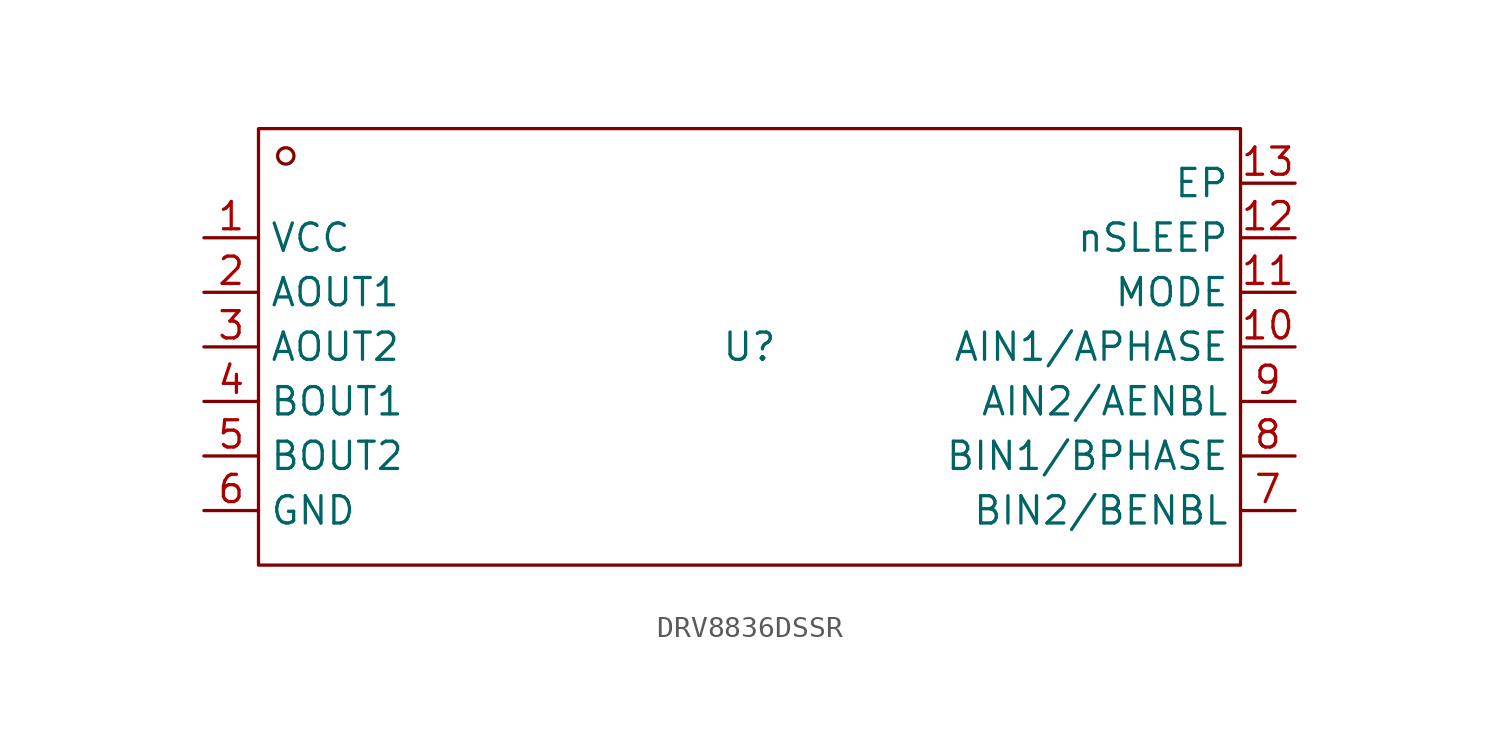
<source format=kicad_sym>
(kicad_symbol_lib
  (version 20241209)
  (generator "kicad_symbol_editor")
  (generator_version "9.0")
  (symbol "DRV8836DSSR"
    (property "Reference" "U"
      (at 0 0 0)
      (effects (font (size 1.27 1.27))))
    (property "Value" ""
      (at 0 0 0)
      (effects (font (size 1.27 1.27))))
    (symbol "DRV8836DSSR_1_0"
      (rectangle (start -22.86 -10.16) (end 22.86 10.16) (stroke (width 0) (type default)) (fill (type none)))
      (circle (center -21.59 8.89) (radius 0.381) (stroke (width 0) (type default)) (fill (type none)))
      (pin power_in line (at -25.4 5.08 0) (length 2.54) (name "VCC" (effects (font (size 1.27 1.27)))) (number "1" (effects (font (size 1.27 1.27)))))
      (pin output line (at -25.4 2.54 0) (length 2.54) (name "AOUT1" (effects (font (size 1.27 1.27)))) (number "2" (effects (font (size 1.27 1.27)))))
      (pin output line (at -25.4 0 0) (length 2.54) (name "AOUT2" (effects (font (size 1.27 1.27)))) (number "3" (effects (font (size 1.27 1.27)))))
      (pin output line (at -25.4 -2.54 0) (length 2.54) (name "BOUT1" (effects (font (size 1.27 1.27)))) (number "4" (effects (font (size 1.27 1.27)))))
      (pin output line (at -25.4 -5.08 0) (length 2.54) (name "BOUT2" (effects (font (size 1.27 1.27)))) (number "5" (effects (font (size 1.27 1.27)))))
      (pin power_in line (at -25.4 -7.62 0) (length 2.54) (name "GND" (effects (font (size 1.27 1.27)))) (number "6" (effects (font (size 1.27 1.27)))))
      (pin passive line (at 25.4 7.62 180) (length 2.54) (name "EP" (effects (font (size 1.27 1.27)))) (number "13" (effects (font (size 1.27 1.27)))))
      (pin input line (at 25.4 5.08 180) (length 2.54) (name "nSLEEP" (effects (font (size 1.27 1.27)))) (number "12" (effects (font (size 1.27 1.27)))))
      (pin input line (at 25.4 2.54 180) (length 2.54) (name "MODE" (effects (font (size 1.27 1.27)))) (number "11" (effects (font (size 1.27 1.27)))))
      (pin input line (at 25.4 0 180) (length 2.54) (name "AIN1/APHASE" (effects (font (size 1.27 1.27)))) (number "10" (effects (font (size 1.27 1.27)))))
      (pin input line (at 25.4 -2.54 180) (length 2.54) (name "AIN2/AENBL" (effects (font (size 1.27 1.27)))) (number "9" (effects (font (size 1.27 1.27)))))
      (pin input line (at 25.4 -5.08 180) (length 2.54) (name "BIN1/BPHASE" (effects (font (size 1.27 1.27)))) (number "8" (effects (font (size 1.27 1.27)))))
      (pin input line (at 25.4 -7.62 180) (length 2.54) (name "BIN2/BENBL" (effects (font (size 1.27 1.27)))) (number "7" (effects (font (size 1.27 1.27))))))))
</source>
